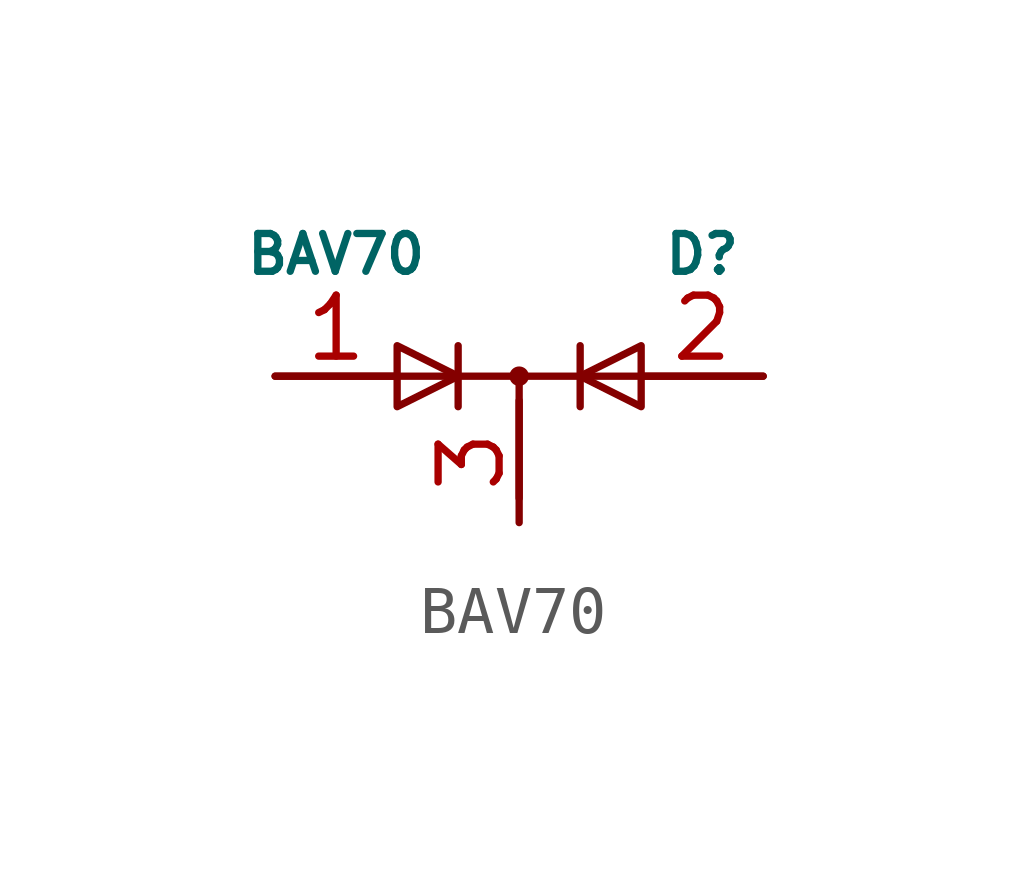
<source format=kicad_sym>
(kicad_symbol_lib
  (version 20200126)
  (host kicad_symbol_editor "(5.99.0-1933-g2401ed587)")
  (symbol "ck-parts:BAV70"
    (pin_names
      (offset 0.025) hide)
    (property "Reference" "D"
      (at 3.81 2.54 0)
      (effects (font (size 0.787 0.787))))
    (property "Value" "BAV70"
      (at -3.81 2.54 0)
      (effects (font (size 0.787 0.787))))
    (symbol "BAV70_1_1"
      (circle (center 0 0) (radius 0.127) (stroke (width 0)) (fill (type none)))
      (rectangle (start 1.27 0.635) (end 1.27 -0.635) (stroke (width 0)) (fill (type none)))
      (polyline (pts (xy -5.08 0) (xy 5.08 0)) (stroke (width 0)) (fill (type none)))
      (polyline (pts (xy -1.27 -0.635) (xy -1.27 0.635)) (stroke (width 0)) (fill (type none)))
      (polyline (pts (xy 0 0) (xy 0 -2.54)) (stroke (width 0)) (fill (type none)))
      (polyline (pts (xy -1.27 0) (xy -2.54 0.635) (xy -2.54 -0.635) (xy -1.27 0)) (stroke (width 0)) (fill (type none)))
      (polyline (pts (xy 1.27 0) (xy 2.54 0.635) (xy 2.54 -0.635) (xy 1.27 0)) (stroke (width 0)) (fill (type none)))
      (pin passive line (at -5.08 0 0) (length 2.54) (name "A1" (effects (font (size 1.27 1.27)))) (number "1" (effects (font (size 1.27 1.27)))))
      (pin passive line (at 5.08 0 180) (length 2.54) (name "A4" (effects (font (size 1.27 1.27)))) (number "2" (effects (font (size 1.27 1.27)))))
      (pin passive line (at 0 -3.048 90) (length 2.54) (name "CK" (effects (font (size 1.27 1.27)))) (number "3" (effects (font (size 1.27 1.27))))))))
</source>
